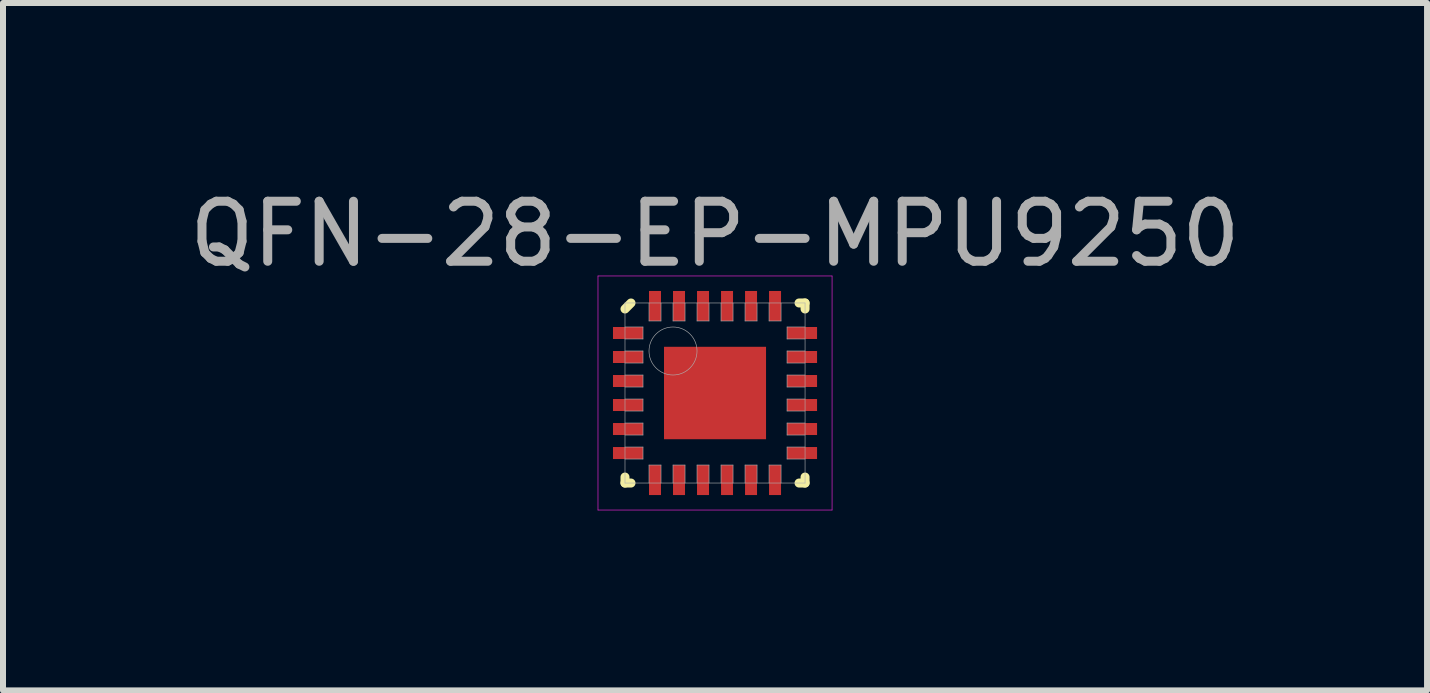
<source format=kicad_pcb>
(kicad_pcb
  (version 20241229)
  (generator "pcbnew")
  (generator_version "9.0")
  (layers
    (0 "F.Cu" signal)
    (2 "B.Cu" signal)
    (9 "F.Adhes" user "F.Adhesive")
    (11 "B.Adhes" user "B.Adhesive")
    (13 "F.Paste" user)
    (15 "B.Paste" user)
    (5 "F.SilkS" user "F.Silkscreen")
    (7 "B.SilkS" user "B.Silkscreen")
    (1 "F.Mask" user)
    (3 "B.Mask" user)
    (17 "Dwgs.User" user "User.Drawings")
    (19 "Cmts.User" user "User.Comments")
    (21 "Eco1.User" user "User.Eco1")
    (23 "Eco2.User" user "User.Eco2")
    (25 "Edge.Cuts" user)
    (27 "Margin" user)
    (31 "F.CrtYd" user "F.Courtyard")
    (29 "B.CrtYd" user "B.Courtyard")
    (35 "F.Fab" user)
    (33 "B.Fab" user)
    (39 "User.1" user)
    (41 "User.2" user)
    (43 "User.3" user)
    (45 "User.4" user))
  (footprint "QFN-28-EP-MPU9250"
    (layer "F.Cu")
    (at 8.863 3.498)
    (property "Reference" "QFN-28-EP-MPU9250" (at 0 -2.65 0) (layer "F.Fab") (effects (font (size 1 1) (thickness 0.15))))
    (attr through_hole)
    (fp_line (start -1.5 -1.4) (end -1.4 -1.5) (stroke (width 0.15) (type solid)) (layer "F.SilkS"))
    (fp_line (start -1.5 1.5) (end -1.5 1.4) (stroke (width 0.15) (type solid)) (layer "F.SilkS"))
    (fp_line (start -1.4 1.5) (end -1.5 1.5) (stroke (width 0.15) (type solid)) (layer "F.SilkS"))
    (fp_line (start 1.4 -1.5) (end 1.5 -1.5) (stroke (width 0.15) (type solid)) (layer "F.SilkS"))
    (fp_line (start 1.4 1.5) (end 1.5 1.5) (stroke (width 0.15) (type solid)) (layer "F.SilkS"))
    (fp_line (start 1.5 -1.5) (end 1.5 -1.4) (stroke (width 0.15) (type solid)) (layer "F.SilkS"))
    (fp_line (start 1.5 1.5) (end 1.5 1.4) (stroke (width 0.15) (type solid)) (layer "F.SilkS"))
    (fp_line (start -1.95 -1.95) (end 1.95 -1.95) (stroke (width 0.01) (type solid)) (layer "F.CrtYd"))
    (fp_line (start -1.95 1.95) (end -1.95 -1.95) (stroke (width 0.01) (type solid)) (layer "F.CrtYd"))
    (fp_line (start 1.95 -1.95) (end 1.95 1.95) (stroke (width 0.01) (type solid)) (layer "F.CrtYd"))
    (fp_line (start 1.95 1.95) (end -1.95 1.95) (stroke (width 0.01) (type solid)) (layer "F.CrtYd"))
    (fp_line (start -1.5 -1.5) (end 1.5 -1.5) (stroke (width 0.01) (type solid)) (layer "F.Fab"))
    (fp_line (start -1.5 -0.9) (end -1.2 -0.9) (stroke (width 0.01) (type solid)) (layer "F.Fab"))
    (fp_line (start -1.5 -0.5) (end -1.2 -0.5) (stroke (width 0.01) (type solid)) (layer "F.Fab"))
    (fp_line (start -1.5 -0.1) (end -1.2 -0.1) (stroke (width 0.01) (type solid)) (layer "F.Fab"))
    (fp_line (start -1.5 0.3) (end -1.2 0.3) (stroke (width 0.01) (type solid)) (layer "F.Fab"))
    (fp_line (start -1.5 0.7) (end -1.2 0.7) (stroke (width 0.01) (type solid)) (layer "F.Fab"))
    (fp_line (start -1.5 1.1) (end -1.2 1.1) (stroke (width 0.01) (type solid)) (layer "F.Fab"))
    (fp_line (start -1.5 1.5) (end -1.5 -1.5) (stroke (width 0.01) (type solid)) (layer "F.Fab"))
    (fp_line (start -1.2 -1.1) (end -1.5 -1.1) (stroke (width 0.01) (type solid)) (layer "F.Fab"))
    (fp_line (start -1.2 -0.9) (end -1.2 -1.1) (stroke (width 0.01) (type solid)) (layer "F.Fab"))
    (fp_line (start -1.2 -0.7) (end -1.5 -0.7) (stroke (width 0.01) (type solid)) (layer "F.Fab"))
    (fp_line (start -1.2 -0.5) (end -1.2 -0.7) (stroke (width 0.01) (type solid)) (layer "F.Fab"))
    (fp_line (start -1.2 -0.3) (end -1.5 -0.3) (stroke (width 0.01) (type solid)) (layer "F.Fab"))
    (fp_line (start -1.2 -0.1) (end -1.2 -0.3) (stroke (width 0.01) (type solid)) (layer "F.Fab"))
    (fp_line (start -1.2 0.1) (end -1.5 0.1) (stroke (width 0.01) (type solid)) (layer "F.Fab"))
    (fp_line (start -1.2 0.3) (end -1.2 0.1) (stroke (width 0.01) (type solid)) (layer "F.Fab"))
    (fp_line (start -1.2 0.5) (end -1.5 0.5) (stroke (width 0.01) (type solid)) (layer "F.Fab"))
    (fp_line (start -1.2 0.7) (end -1.2 0.5) (stroke (width 0.01) (type solid)) (layer "F.Fab"))
    (fp_line (start -1.2 0.9) (end -1.5 0.9) (stroke (width 0.01) (type solid)) (layer "F.Fab"))
    (fp_line (start -1.2 1.1) (end -1.2 0.9) (stroke (width 0.01) (type solid)) (layer "F.Fab"))
    (fp_line (start -1.1 -1.5) (end -1.1 -1.2) (stroke (width 0.01) (type solid)) (layer "F.Fab"))
    (fp_line (start -1.1 -1.2) (end -0.9 -1.2) (stroke (width 0.01) (type solid)) (layer "F.Fab"))
    (fp_line (start -1.1 1.2) (end -1.1 1.5) (stroke (width 0.01) (type solid)) (layer "F.Fab"))
    (fp_line (start -0.9 -1.2) (end -0.9 -1.5) (stroke (width 0.01) (type solid)) (layer "F.Fab"))
    (fp_line (start -0.9 1.2) (end -1.1 1.2) (stroke (width 0.01) (type solid)) (layer "F.Fab"))
    (fp_line (start -0.9 1.5) (end -0.9 1.2) (stroke (width 0.01) (type solid)) (layer "F.Fab"))
    (fp_line (start -0.7 -1.5) (end -0.7 -1.2) (stroke (width 0.01) (type solid)) (layer "F.Fab"))
    (fp_line (start -0.7 -1.2) (end -0.5 -1.2) (stroke (width 0.01) (type solid)) (layer "F.Fab"))
    (fp_line (start -0.7 1.2) (end -0.7 1.5) (stroke (width 0.01) (type solid)) (layer "F.Fab"))
    (fp_line (start -0.5 -1.2) (end -0.5 -1.5) (stroke (width 0.01) (type solid)) (layer "F.Fab"))
    (fp_line (start -0.5 1.2) (end -0.7 1.2) (stroke (width 0.01) (type solid)) (layer "F.Fab"))
    (fp_line (start -0.5 1.5) (end -0.5 1.2) (stroke (width 0.01) (type solid)) (layer "F.Fab"))
    (fp_line (start -0.3 -1.5) (end -0.3 -1.2) (stroke (width 0.01) (type solid)) (layer "F.Fab"))
    (fp_line (start -0.3 -1.2) (end -0.1 -1.2) (stroke (width 0.01) (type solid)) (layer "F.Fab"))
    (fp_line (start -0.3 1.2) (end -0.3 1.5) (stroke (width 0.01) (type solid)) (layer "F.Fab"))
    (fp_line (start -0.1 -1.2) (end -0.1 -1.5) (stroke (width 0.01) (type solid)) (layer "F.Fab"))
    (fp_line (start -0.1 1.2) (end -0.3 1.2) (stroke (width 0.01) (type solid)) (layer "F.Fab"))
    (fp_line (start -0.1 1.5) (end -0.1 1.2) (stroke (width 0.01) (type solid)) (layer "F.Fab"))
    (fp_line (start 0.1 -1.5) (end 0.1 -1.2) (stroke (width 0.01) (type solid)) (layer "F.Fab"))
    (fp_line (start 0.1 -1.2) (end 0.3 -1.2) (stroke (width 0.01) (type solid)) (layer "F.Fab"))
    (fp_line (start 0.1 1.2) (end 0.1 1.5) (stroke (width 0.01) (type solid)) (layer "F.Fab"))
    (fp_line (start 0.3 -1.2) (end 0.3 -1.5) (stroke (width 0.01) (type solid)) (layer "F.Fab"))
    (fp_line (start 0.3 1.2) (end 0.1 1.2) (stroke (width 0.01) (type solid)) (layer "F.Fab"))
    (fp_line (start 0.3 1.5) (end 0.3 1.2) (stroke (width 0.01) (type solid)) (layer "F.Fab"))
    (fp_line (start 0.5 -1.5) (end 0.5 -1.2) (stroke (width 0.01) (type solid)) (layer "F.Fab"))
    (fp_line (start 0.5 -1.2) (end 0.7 -1.2) (stroke (width 0.01) (type solid)) (layer "F.Fab"))
    (fp_line (start 0.5 1.2) (end 0.5 1.5) (stroke (width 0.01) (type solid)) (layer "F.Fab"))
    (fp_line (start 0.7 -1.2) (end 0.7 -1.5) (stroke (width 0.01) (type solid)) (layer "F.Fab"))
    (fp_line (start 0.7 1.2) (end 0.5 1.2) (stroke (width 0.01) (type solid)) (layer "F.Fab"))
    (fp_line (start 0.7 1.5) (end 0.7 1.2) (stroke (width 0.01) (type solid)) (layer "F.Fab"))
    (fp_line (start 0.9 -1.5) (end 0.9 -1.2) (stroke (width 0.01) (type solid)) (layer "F.Fab"))
    (fp_line (start 0.9 -1.2) (end 1.1 -1.2) (stroke (width 0.01) (type solid)) (layer "F.Fab"))
    (fp_line (start 0.9 1.2) (end 0.9 1.5) (stroke (width 0.01) (type solid)) (layer "F.Fab"))
    (fp_line (start 1.1 -1.2) (end 1.1 -1.5) (stroke (width 0.01) (type solid)) (layer "F.Fab"))
    (fp_line (start 1.1 1.2) (end 0.9 1.2) (stroke (width 0.01) (type solid)) (layer "F.Fab"))
    (fp_line (start 1.1 1.5) (end 1.1 1.2) (stroke (width 0.01) (type solid)) (layer "F.Fab"))
    (fp_line (start 1.2 -1.1) (end 1.2 -0.9) (stroke (width 0.01) (type solid)) (layer "F.Fab"))
    (fp_line (start 1.2 -0.9) (end 1.5 -0.9) (stroke (width 0.01) (type solid)) (layer "F.Fab"))
    (fp_line (start 1.2 -0.7) (end 1.2 -0.5) (stroke (width 0.01) (type solid)) (layer "F.Fab"))
    (fp_line (start 1.2 -0.5) (end 1.5 -0.5) (stroke (width 0.01) (type solid)) (layer "F.Fab"))
    (fp_line (start 1.2 -0.3) (end 1.2 -0.1) (stroke (width 0.01) (type solid)) (layer "F.Fab"))
    (fp_line (start 1.2 -0.1) (end 1.5 -0.1) (stroke (width 0.01) (type solid)) (layer "F.Fab"))
    (fp_line (start 1.2 0.1) (end 1.2 0.3) (stroke (width 0.01) (type solid)) (layer "F.Fab"))
    (fp_line (start 1.2 0.3) (end 1.5 0.3) (stroke (width 0.01) (type solid)) (layer "F.Fab"))
    (fp_line (start 1.2 0.5) (end 1.2 0.7) (stroke (width 0.01) (type solid)) (layer "F.Fab"))
    (fp_line (start 1.2 0.7) (end 1.5 0.7) (stroke (width 0.01) (type solid)) (layer "F.Fab"))
    (fp_line (start 1.2 0.9) (end 1.2 1.1) (stroke (width 0.01) (type solid)) (layer "F.Fab"))
    (fp_line (start 1.2 1.1) (end 1.5 1.1) (stroke (width 0.01) (type solid)) (layer "F.Fab"))
    (fp_line (start 1.5 -1.5) (end 1.5 1.5) (stroke (width 0.01) (type solid)) (layer "F.Fab"))
    (fp_line (start 1.5 -1.1) (end 1.2 -1.1) (stroke (width 0.01) (type solid)) (layer "F.Fab"))
    (fp_line (start 1.5 -0.7) (end 1.2 -0.7) (stroke (width 0.01) (type solid)) (layer "F.Fab"))
    (fp_line (start 1.5 -0.3) (end 1.2 -0.3) (stroke (width 0.01) (type solid)) (layer "F.Fab"))
    (fp_line (start 1.5 0.1) (end 1.2 0.1) (stroke (width 0.01) (type solid)) (layer "F.Fab"))
    (fp_line (start 1.5 0.5) (end 1.2 0.5) (stroke (width 0.01) (type solid)) (layer "F.Fab"))
    (fp_line (start 1.5 0.9) (end 1.2 0.9) (stroke (width 0.01) (type solid)) (layer "F.Fab"))
    (fp_line (start 1.5 1.5) (end -1.5 1.5) (stroke (width 0.01) (type solid)) (layer "F.Fab"))
    (fp_circle (center -0.7 -0.7) (end -0.7 -0.3) (stroke (width 0.01) (type solid)) (fill no) (layer "F.Fab"))
    (pad "1" smd rect (at -1.45 -1) (size 0.5 0.2) (layers "F.Cu" "F.Mask" "F.Paste"))
    (pad "2" smd rect (at -1.45 -0.6) (size 0.5 0.2) (layers "F.Cu" "F.Mask" "F.Paste"))
    (pad "3" smd rect (at -1.45 -0.2) (size 0.5 0.2) (layers "F.Cu" "F.Mask" "F.Paste"))
    (pad "4" smd rect (at -1.45 0.2) (size 0.5 0.2) (layers "F.Cu" "F.Mask" "F.Paste"))
    (pad "5" smd rect (at -1.45 0.6) (size 0.5 0.2) (layers "F.Cu" "F.Mask" "F.Paste"))
    (pad "6" smd rect (at -1.45 1) (size 0.5 0.2) (layers "F.Cu" "F.Mask" "F.Paste"))
    (pad "7" smd rect (at -1 1.45) (size 0.2 0.5) (layers "F.Cu" "F.Mask" "F.Paste"))
    (pad "8" smd rect (at -0.6 1.45) (size 0.2 0.5) (layers "F.Cu" "F.Mask" "F.Paste"))
    (pad "9" smd rect (at -0.2 1.45) (size 0.2 0.5) (layers "F.Cu" "F.Mask" "F.Paste"))
    (pad "10" smd rect (at 0.2 1.45) (size 0.2 0.5) (layers "F.Cu" "F.Mask" "F.Paste"))
    (pad "11" smd rect (at 0.6 1.45) (size 0.2 0.5) (layers "F.Cu" "F.Mask" "F.Paste"))
    (pad "12" smd rect (at 1 1.45) (size 0.2 0.5) (layers "F.Cu" "F.Mask" "F.Paste"))
    (pad "13" smd rect (at 1.45 1) (size 0.5 0.2) (layers "F.Cu" "F.Mask" "F.Paste"))
    (pad "14" smd rect (at 1.45 0.6) (size 0.5 0.2) (layers "F.Cu" "F.Mask" "F.Paste"))
    (pad "15" smd rect (at 1.45 0.2) (size 0.5 0.2) (layers "F.Cu" "F.Mask" "F.Paste"))
    (pad "16" smd rect (at 1.45 -0.2) (size 0.5 0.2) (layers "F.Cu" "F.Mask" "F.Paste"))
    (pad "17" smd rect (at 1.45 -0.6) (size 0.5 0.2) (layers "F.Cu" "F.Mask" "F.Paste"))
    (pad "18" smd rect (at 1.45 -1) (size 0.5 0.2) (layers "F.Cu" "F.Mask" "F.Paste"))
    (pad "19" smd rect (at 1 -1.45) (size 0.2 0.5) (layers "F.Cu" "F.Mask" "F.Paste"))
    (pad "20" smd rect (at 0.6 -1.45) (size 0.2 0.5) (layers "F.Cu" "F.Mask" "F.Paste"))
    (pad "21" smd rect (at 0.2 -1.45) (size 0.2 0.5) (layers "F.Cu" "F.Mask" "F.Paste"))
    (pad "22" smd rect (at -0.2 -1.45) (size 0.2 0.5) (layers "F.Cu" "F.Mask" "F.Paste"))
    (pad "23" smd rect (at -0.6 -1.45) (size 0.2 0.5) (layers "F.Cu" "F.Mask" "F.Paste"))
    (pad "24" smd rect (at -1 -1.45) (size 0.2 0.5) (layers "F.Cu" "F.Mask" "F.Paste"))
    (pad "EP" smd rect (at 0 0) (size 1.7 1.54) (layers "F.Cu" "F.Mask" "F.Paste")))
  (gr_rect
    (start -3 -3)
    (end 20.726 8.453)
    (stroke (width 0.1) (type default))
    (fill no)
    (layer "Edge.Cuts")))
</source>
